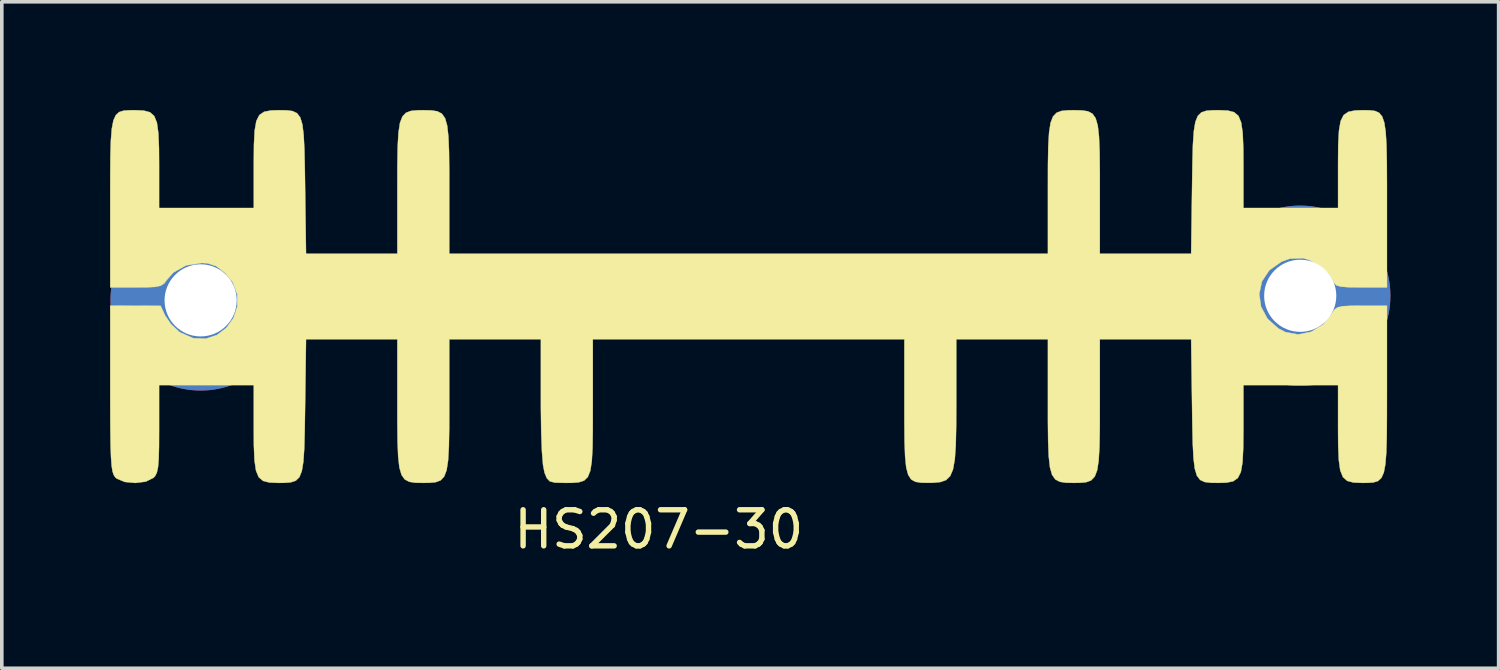
<source format=kicad_pcb>
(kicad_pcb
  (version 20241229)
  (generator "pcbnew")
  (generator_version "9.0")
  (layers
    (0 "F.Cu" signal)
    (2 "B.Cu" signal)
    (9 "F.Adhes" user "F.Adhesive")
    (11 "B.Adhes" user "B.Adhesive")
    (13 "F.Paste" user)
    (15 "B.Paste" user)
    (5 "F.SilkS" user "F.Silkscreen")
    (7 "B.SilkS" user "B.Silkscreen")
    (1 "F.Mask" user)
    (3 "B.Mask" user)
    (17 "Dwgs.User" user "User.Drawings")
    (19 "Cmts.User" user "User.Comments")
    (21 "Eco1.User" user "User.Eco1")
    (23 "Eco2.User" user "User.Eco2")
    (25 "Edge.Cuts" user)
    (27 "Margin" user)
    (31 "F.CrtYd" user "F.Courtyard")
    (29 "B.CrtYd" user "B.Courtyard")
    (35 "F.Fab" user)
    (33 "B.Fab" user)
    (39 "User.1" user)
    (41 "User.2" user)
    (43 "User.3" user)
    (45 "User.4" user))
  (footprint "HS207-30"
    (layer "F.Cu")
    (at 2.512 5.276)
    (property "Reference" "HS207-30" (at 12.7 6.35 0) (layer "F.SilkS") (effects (font (size 1 1) (thickness 0.15))))
    (attr through_hole)
    (fp_poly (pts (xy 32.407 -5.268) (xy 32.555 -5.25) (xy 32.668 -5.199) (xy 32.752 -5.096) (xy 32.811 -4.925) (xy 32.849 -4.667) (xy 32.871 -4.305) (xy 32.881 -3.821) (xy 32.884 -3.199) (xy 32.884 -2.66) (xy 32.884 -0.36) (xy 32.17 -0.36) (xy 31.817 -0.364) (xy 31.598 -0.382) (xy 31.477 -0.42) (xy 31.418 -0.488) (xy 31.403 -0.525) (xy 31.266 -0.742) (xy 31.025 -0.953) (xy 30.738 -1.114) (xy 30.561 -1.169) (xy 30.19 -1.156) (xy 29.961 -1.073) (xy 29.624 -0.835) (xy 29.418 -0.525) (xy 29.343 -0.176) (xy 29.395 0.179) (xy 29.573 0.509) (xy 29.875 0.779) (xy 30.069 0.88) (xy 30.424 0.946) (xy 30.788 0.87) (xy 31.114 0.669) (xy 31.356 0.367) (xy 31.424 0.26) (xy 31.512 0.195) (xy 31.66 0.162) (xy 31.909 0.15) (xy 32.178 0.148) (xy 32.884 0.148) (xy 32.884 2.463) (xy 32.883 3.194) (xy 32.879 3.772) (xy 32.866 4.217) (xy 32.84 4.545) (xy 32.796 4.775) (xy 32.729 4.923) (xy 32.635 5.008) (xy 32.508 5.047) (xy 32.345 5.058) (xy 32.192 5.059) (xy 31.955 5.049) (xy 31.782 5.003) (xy 31.664 4.898) (xy 31.589 4.712) (xy 31.549 4.421) (xy 31.532 4.002) (xy 31.529 3.549) (xy 31.529 2.349) (xy 28.905 2.349) (xy 28.905 3.564) (xy 28.9 4.1) (xy 28.88 4.491) (xy 28.834 4.758) (xy 28.75 4.925) (xy 28.619 5.016) (xy 28.429 5.053) (xy 28.216 5.059) (xy 27.998 5.056) (xy 27.831 5.035) (xy 27.706 4.977) (xy 27.617 4.861) (xy 27.558 4.668) (xy 27.522 4.378) (xy 27.501 3.972) (xy 27.489 3.431) (xy 27.482 2.949) (xy 27.456 1.079) (xy 24.925 1.079) (xy 24.925 2.881) (xy 24.924 3.543) (xy 24.915 4.056) (xy 24.893 4.437) (xy 24.852 4.707) (xy 24.784 4.885) (xy 24.684 4.99) (xy 24.545 5.041) (xy 24.36 5.057) (xy 24.206 5.059) (xy 23.987 5.055) (xy 23.817 5.029) (xy 23.691 4.963) (xy 23.602 4.837) (xy 23.543 4.632) (xy 23.509 4.328) (xy 23.492 3.907) (xy 23.486 3.349) (xy 23.486 2.881) (xy 23.486 1.079) (xy 20.946 1.079) (xy 20.946 2.821) (xy 20.943 3.493) (xy 20.932 4.015) (xy 20.905 4.406) (xy 20.855 4.685) (xy 20.777 4.87) (xy 20.663 4.981) (xy 20.507 5.036) (xy 20.303 5.056) (xy 20.176 5.058) (xy 19.971 5.054) (xy 19.813 5.029) (xy 19.695 4.963) (xy 19.613 4.836) (xy 19.558 4.63) (xy 19.527 4.325) (xy 19.512 3.901) (xy 19.507 3.339) (xy 19.507 2.914) (xy 19.507 1.079) (xy 10.871 1.079) (xy 10.871 2.929) (xy 10.87 3.583) (xy 10.863 4.087) (xy 10.842 4.461) (xy 10.801 4.724) (xy 10.732 4.896) (xy 10.629 4.996) (xy 10.484 5.043) (xy 10.29 5.058) (xy 10.098 5.059) (xy 9.829 5.053) (xy 9.679 5.017) (xy 9.594 4.927) (xy 9.533 4.778) (xy 9.491 4.564) (xy 9.46 4.187) (xy 9.44 3.654) (xy 9.431 2.969) (xy 9.431 2.788) (xy 9.431 1.079) (xy 6.891 1.079) (xy 6.891 2.881) (xy 6.89 3.543) (xy 6.881 4.056) (xy 6.859 4.437) (xy 6.818 4.707) (xy 6.75 4.885) (xy 6.65 4.99) (xy 6.511 5.041) (xy 6.326 5.057) (xy 6.172 5.059) (xy 5.953 5.055) (xy 5.783 5.029) (xy 5.657 4.963) (xy 5.568 4.837) (xy 5.509 4.632) (xy 5.475 4.328) (xy 5.458 3.907) (xy 5.452 3.349) (xy 5.452 2.881) (xy 5.452 1.079) (xy 2.921 1.079) (xy 2.895 2.949) (xy 2.885 3.6) (xy 2.872 4.101) (xy 2.847 4.471) (xy 2.804 4.732) (xy 2.737 4.901) (xy 2.637 4.998) (xy 2.499 5.044) (xy 2.315 5.058) (xy 2.147 5.059) (xy 1.906 5.049) (xy 1.73 5.004) (xy 1.609 4.901) (xy 1.534 4.718) (xy 1.492 4.43) (xy 1.475 4.016) (xy 1.473 3.549) (xy 1.473 2.349) (xy -1.152 2.349) (xy -1.152 3.564) (xy -1.154 4.05) (xy -1.163 4.395) (xy -1.182 4.628) (xy -1.215 4.777) (xy -1.263 4.872) (xy -1.307 4.919) (xy -1.521 5.024) (xy -1.81 5.061) (xy -2.103 5.033) (xy -2.328 4.939) (xy -2.367 4.904) (xy -2.409 4.841) (xy -2.442 4.742) (xy -2.467 4.588) (xy -2.484 4.359) (xy -2.496 4.036) (xy -2.503 3.599) (xy -2.506 3.028) (xy -2.507 2.449) (xy -2.507 0.148) (xy -1.808 0.15) (xy -1.11 0.152) (xy -0.983 0.424) (xy -0.824 0.655) (xy -0.602 0.864) (xy -0.568 0.888) (xy -0.207 1.048) (xy 0.139 1.063) (xy 0.454 0.959) (xy 0.717 0.758) (xy 0.91 0.488) (xy 1.016 0.171) (xy 1.015 -0.168) (xy 0.888 -0.504) (xy 0.675 -0.762) (xy 0.429 -0.949) (xy 0.191 -1.028) (xy 0.03 -1.037) (xy -0.404 -0.969) (xy -0.754 -0.774) (xy -0.93 -0.576) (xy -1.01 -0.47) (xy -1.109 -0.406) (xy -1.266 -0.373) (xy -1.524 -0.361) (xy -1.789 -0.36) (xy -2.507 -0.36) (xy -2.507 -2.675) (xy -2.506 -3.405) (xy -2.502 -3.984) (xy -2.489 -4.429) (xy -2.463 -4.757) (xy -2.419 -4.986) (xy -2.352 -5.135) (xy -2.258 -5.22) (xy -2.131 -5.259) (xy -1.968 -5.27) (xy -1.815 -5.271) (xy -1.578 -5.26) (xy -1.405 -5.214) (xy -1.287 -5.11) (xy -1.212 -4.923) (xy -1.172 -4.632) (xy -1.155 -4.214) (xy -1.152 -3.761) (xy -1.152 -2.561) (xy 1.473 -2.561) (xy 1.473 -3.776) (xy 1.477 -4.312) (xy 1.497 -4.702) (xy 1.543 -4.97) (xy 1.627 -5.137) (xy 1.758 -5.227) (xy 1.948 -5.264) (xy 2.161 -5.271) (xy 2.379 -5.268) (xy 2.546 -5.247) (xy 2.671 -5.188) (xy 2.76 -5.072) (xy 2.819 -4.879) (xy 2.855 -4.59) (xy 2.876 -4.184) (xy 2.888 -3.642) (xy 2.895 -3.161) (xy 2.921 -1.291) (xy 5.452 -1.291) (xy 5.452 -3.093) (xy 5.453 -3.755) (xy 5.462 -4.267) (xy 5.484 -4.649) (xy 5.525 -4.919) (xy 5.593 -5.097) (xy 5.693 -5.201) (xy 5.832 -5.252) (xy 6.017 -5.269) (xy 6.172 -5.271) (xy 6.39 -5.266) (xy 6.56 -5.241) (xy 6.686 -5.175) (xy 6.775 -5.049) (xy 6.834 -4.843) (xy 6.868 -4.54) (xy 6.885 -4.119) (xy 6.891 -3.56) (xy 6.891 -3.093) (xy 6.891 -1.291) (xy 23.486 -1.291) (xy 23.486 -3.093) (xy 23.487 -3.755) (xy 23.496 -4.267) (xy 23.518 -4.649) (xy 23.559 -4.919) (xy 23.627 -5.097) (xy 23.727 -5.201) (xy 23.866 -5.252) (xy 24.051 -5.269) (xy 24.206 -5.271) (xy 24.424 -5.266) (xy 24.594 -5.241) (xy 24.72 -5.175) (xy 24.809 -5.049) (xy 24.868 -4.843) (xy 24.902 -4.54) (xy 24.919 -4.119) (xy 24.925 -3.56) (xy 24.925 -3.093) (xy 24.925 -1.291) (xy 27.456 -1.291) (xy 27.482 -3.161) (xy 27.492 -3.811) (xy 27.505 -4.312) (xy 27.53 -4.683) (xy 27.573 -4.943) (xy 27.64 -5.112) (xy 27.74 -5.21) (xy 27.878 -5.256) (xy 28.062 -5.27) (xy 28.23 -5.271) (xy 28.471 -5.261) (xy 28.647 -5.216) (xy 28.768 -5.113) (xy 28.843 -4.929) (xy 28.885 -4.642) (xy 28.902 -4.227) (xy 28.905 -3.761) (xy 28.905 -2.561) (xy 31.529 -2.561) (xy 31.529 -3.776) (xy 31.533 -4.312) (xy 31.554 -4.702) (xy 31.6 -4.97) (xy 31.684 -5.137) (xy 31.815 -5.227) (xy 32.005 -5.264) (xy 32.221 -5.271) (xy 32.407 -5.268)) (stroke (width 0.01) (type solid)) (fill yes) (layer "F.SilkS"))
    (pad "1" thru_hole circle (at 0 0) (size 5 5) (drill 2) (layers "*.Cu" "*.Mask"))
    (pad "2" thru_hole circle (at 30.48 -0.127) (size 5 5) (drill 2) (layers "*.Cu" "*.Mask")))
  (gr_rect
    (start -3 -3)
    (end 38.492 15.474)
    (stroke (width 0.1) (type default))
    (fill no)
    (layer "Edge.Cuts")))
</source>
